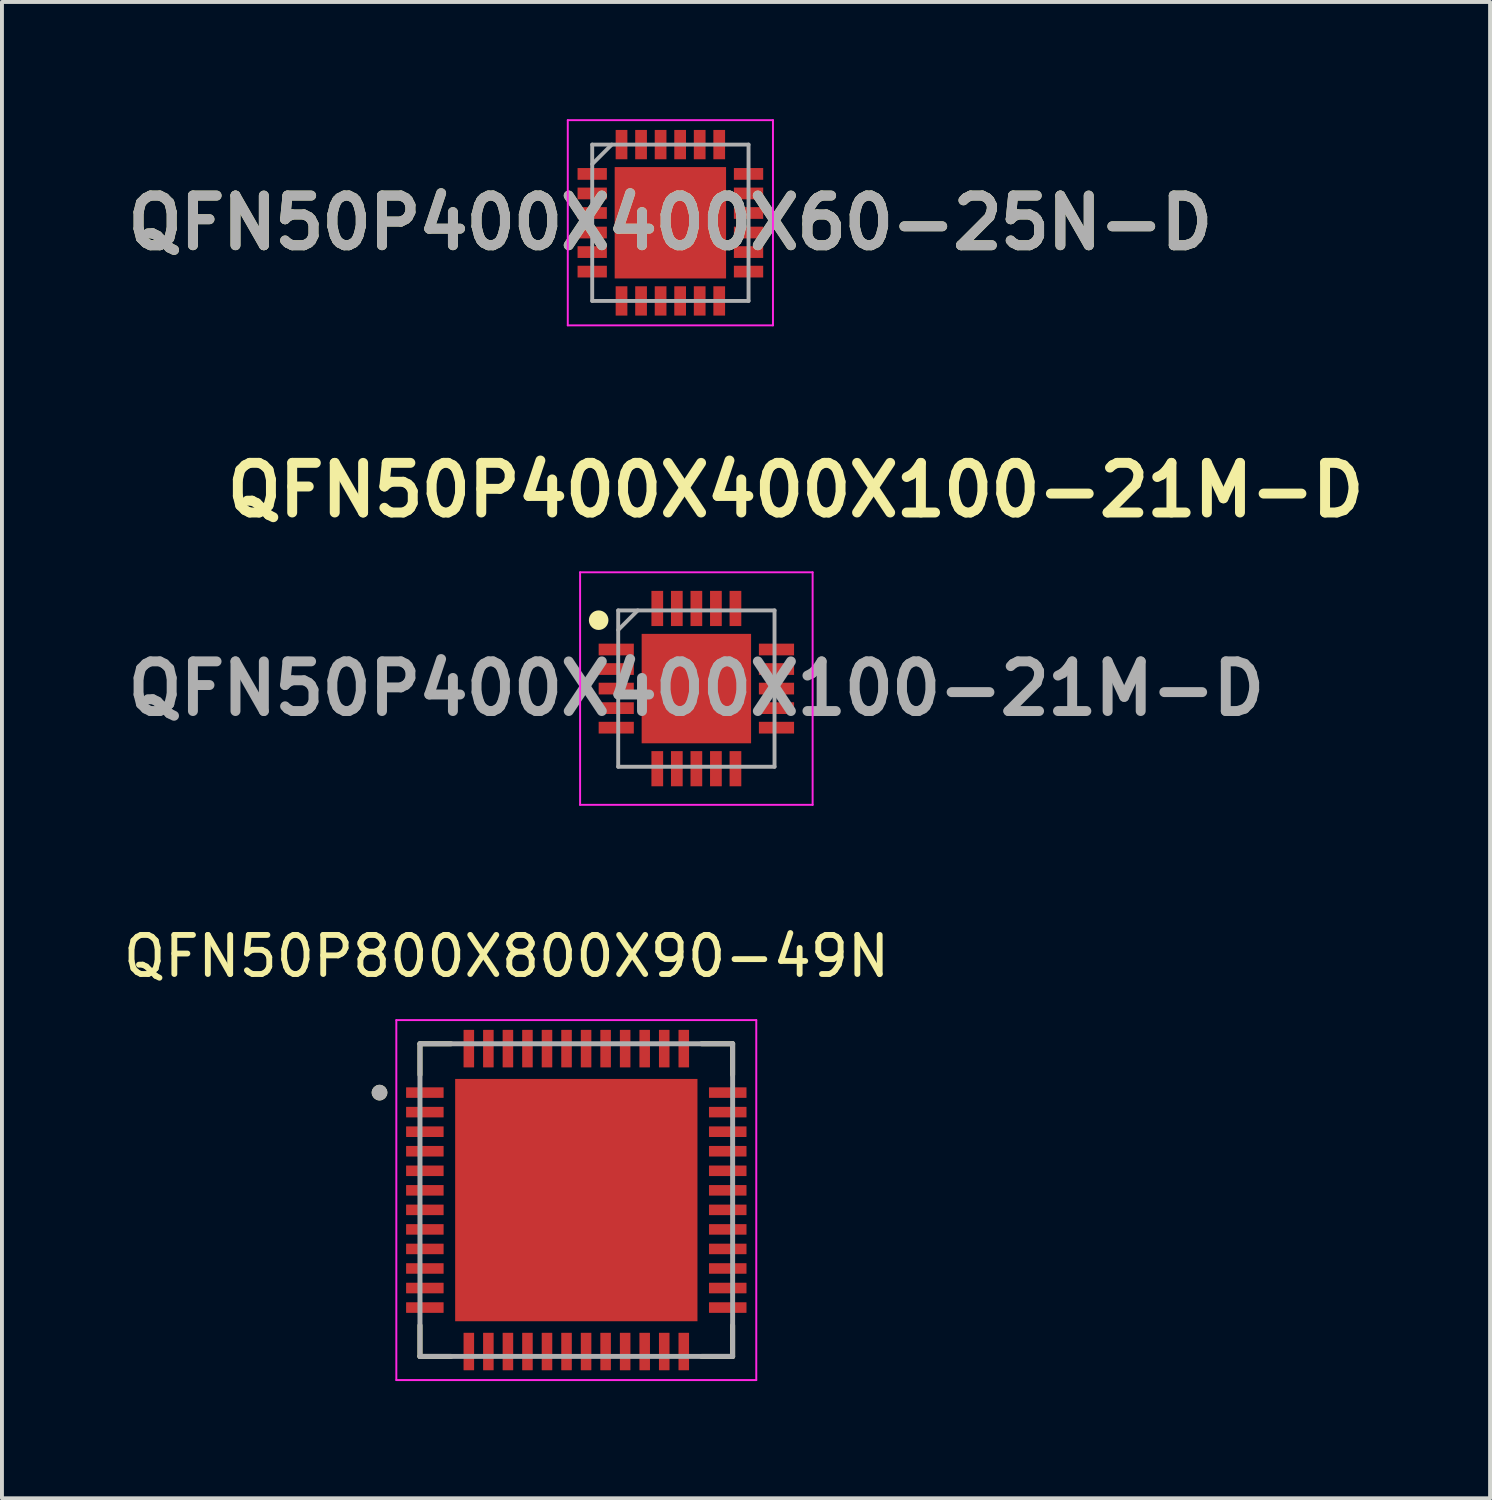
<source format=kicad_pcb>
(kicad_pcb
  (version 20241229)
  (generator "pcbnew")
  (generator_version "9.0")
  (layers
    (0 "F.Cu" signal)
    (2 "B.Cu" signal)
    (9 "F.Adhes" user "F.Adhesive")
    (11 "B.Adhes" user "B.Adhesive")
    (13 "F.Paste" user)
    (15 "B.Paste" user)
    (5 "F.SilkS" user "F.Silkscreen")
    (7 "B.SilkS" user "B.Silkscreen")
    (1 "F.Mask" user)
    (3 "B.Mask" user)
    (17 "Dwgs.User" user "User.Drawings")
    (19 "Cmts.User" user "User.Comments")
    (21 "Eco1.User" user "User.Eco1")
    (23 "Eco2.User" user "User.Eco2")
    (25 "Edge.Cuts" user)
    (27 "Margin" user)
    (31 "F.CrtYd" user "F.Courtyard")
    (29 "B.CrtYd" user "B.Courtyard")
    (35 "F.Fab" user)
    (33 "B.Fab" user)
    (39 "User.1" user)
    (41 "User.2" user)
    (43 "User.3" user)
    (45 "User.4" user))
  (footprint "QFN50P800X800X90-49N"
    (layer "F.Cu")
    (at 11.696 27.657)
    (property "Reference" "QFN50P800X800X90-49N" (at -1.785 -6.24 0) (layer "F.SilkS") (effects (font (size 1 1) (thickness 0.15))))
    (attr smd)
    (fp_line (start -4 -4) (end -4 -3.205) (stroke (width 0.127) (type solid)) (layer "F.SilkS"))
    (fp_line (start -4 -4) (end -3.205 -4) (stroke (width 0.127) (type solid)) (layer "F.SilkS"))
    (fp_line (start -4 4) (end -4 3.205) (stroke (width 0.127) (type solid)) (layer "F.SilkS"))
    (fp_line (start -4 4) (end -3.205 4) (stroke (width 0.127) (type solid)) (layer "F.SilkS"))
    (fp_line (start 4 -4) (end 3.205 -4) (stroke (width 0.127) (type solid)) (layer "F.SilkS"))
    (fp_line (start 4 -4) (end 4 -3.205) (stroke (width 0.127) (type solid)) (layer "F.SilkS"))
    (fp_line (start 4 4) (end 3.205 4) (stroke (width 0.127) (type solid)) (layer "F.SilkS"))
    (fp_line (start 4 4) (end 4 3.205) (stroke (width 0.127) (type solid)) (layer "F.SilkS"))
    (fp_circle (center -5.035 -2.75) (end -4.935 -2.75) (stroke (width 0.2) (type solid)) (fill no) (layer "F.SilkS"))
    (fp_poly (pts (xy -2.725 -2.725) (xy -1.415 -2.725) (xy -1.415 -1.415) (xy -2.725 -1.415)) (stroke (width 0.01) (type solid)) (fill yes) (layer "F.Paste"))
    (fp_poly (pts (xy -2.725 -0.655) (xy -1.415 -0.655) (xy -1.415 0.655) (xy -2.725 0.655)) (stroke (width 0.01) (type solid)) (fill yes) (layer "F.Paste"))
    (fp_poly (pts (xy -2.725 1.415) (xy -1.415 1.415) (xy -1.415 2.725) (xy -2.725 2.725)) (stroke (width 0.01) (type solid)) (fill yes) (layer "F.Paste"))
    (fp_poly (pts (xy -0.655 -2.725) (xy 0.655 -2.725) (xy 0.655 -1.415) (xy -0.655 -1.415)) (stroke (width 0.01) (type solid)) (fill yes) (layer "F.Paste"))
    (fp_poly (pts (xy -0.655 -0.655) (xy 0.655 -0.655) (xy 0.655 0.655) (xy -0.655 0.655)) (stroke (width 0.01) (type solid)) (fill yes) (layer "F.Paste"))
    (fp_poly (pts (xy -0.655 1.415) (xy 0.655 1.415) (xy 0.655 2.725) (xy -0.655 2.725)) (stroke (width 0.01) (type solid)) (fill yes) (layer "F.Paste"))
    (fp_poly (pts (xy 1.415 -2.725) (xy 2.725 -2.725) (xy 2.725 -1.415) (xy 1.415 -1.415)) (stroke (width 0.01) (type solid)) (fill yes) (layer "F.Paste"))
    (fp_poly (pts (xy 1.415 -0.655) (xy 2.725 -0.655) (xy 2.725 0.655) (xy 1.415 0.655)) (stroke (width 0.01) (type solid)) (fill yes) (layer "F.Paste"))
    (fp_poly (pts (xy 1.415 1.415) (xy 2.725 1.415) (xy 2.725 2.725) (xy 1.415 2.725)) (stroke (width 0.01) (type solid)) (fill yes) (layer "F.Paste"))
    (fp_line (start -4.605 -4.605) (end 4.605 -4.605) (stroke (width 0.05) (type solid)) (layer "F.CrtYd"))
    (fp_line (start -4.605 4.605) (end -4.605 -4.605) (stroke (width 0.05) (type solid)) (layer "F.CrtYd"))
    (fp_line (start -4.605 4.605) (end 4.605 4.605) (stroke (width 0.05) (type solid)) (layer "F.CrtYd"))
    (fp_line (start 4.605 4.605) (end 4.605 -4.605) (stroke (width 0.05) (type solid)) (layer "F.CrtYd"))
    (fp_line (start -4 4) (end -4 -4) (stroke (width 0.127) (type solid)) (layer "F.Fab"))
    (fp_line (start 4 -4) (end -4 -4) (stroke (width 0.127) (type solid)) (layer "F.Fab"))
    (fp_line (start 4 4) (end -4 4) (stroke (width 0.127) (type solid)) (layer "F.Fab"))
    (fp_line (start 4 4) (end 4 -4) (stroke (width 0.127) (type solid)) (layer "F.Fab"))
    (fp_circle (center -5.035 -2.75) (end -4.935 -2.75) (stroke (width 0.2) (type solid)) (fill no) (layer "F.Fab"))
    (pad "1" smd roundrect (at -3.875 -2.75) (size 0.96 0.27) (layers "F.Cu" "F.Mask" "F.Paste") (roundrect_rratio 0.03))
    (pad "2" smd roundrect (at -3.875 -2.25) (size 0.96 0.27) (layers "F.Cu" "F.Mask" "F.Paste") (roundrect_rratio 0.03))
    (pad "3" smd roundrect (at -3.875 -1.75) (size 0.96 0.27) (layers "F.Cu" "F.Mask" "F.Paste") (roundrect_rratio 0.03))
    (pad "4" smd roundrect (at -3.875 -1.25) (size 0.96 0.27) (layers "F.Cu" "F.Mask" "F.Paste") (roundrect_rratio 0.03))
    (pad "5" smd roundrect (at -3.875 -0.75) (size 0.96 0.27) (layers "F.Cu" "F.Mask" "F.Paste") (roundrect_rratio 0.03))
    (pad "6" smd roundrect (at -3.875 -0.25) (size 0.96 0.27) (layers "F.Cu" "F.Mask" "F.Paste") (roundrect_rratio 0.03))
    (pad "7" smd roundrect (at -3.875 0.25) (size 0.96 0.27) (layers "F.Cu" "F.Mask" "F.Paste") (roundrect_rratio 0.03))
    (pad "8" smd roundrect (at -3.875 0.75) (size 0.96 0.27) (layers "F.Cu" "F.Mask" "F.Paste") (roundrect_rratio 0.03))
    (pad "9" smd roundrect (at -3.875 1.25) (size 0.96 0.27) (layers "F.Cu" "F.Mask" "F.Paste") (roundrect_rratio 0.03))
    (pad "10" smd roundrect (at -3.875 1.75) (size 0.96 0.27) (layers "F.Cu" "F.Mask" "F.Paste") (roundrect_rratio 0.03))
    (pad "11" smd roundrect (at -3.875 2.25) (size 0.96 0.27) (layers "F.Cu" "F.Mask" "F.Paste") (roundrect_rratio 0.03))
    (pad "12" smd roundrect (at -3.875 2.75) (size 0.96 0.27) (layers "F.Cu" "F.Mask" "F.Paste") (roundrect_rratio 0.03))
    (pad "13" smd roundrect (at -2.75 3.875 90) (size 0.96 0.27) (layers "F.Cu" "F.Mask" "F.Paste") (roundrect_rratio 0.03))
    (pad "14" smd roundrect (at -2.25 3.875 90) (size 0.96 0.27) (layers "F.Cu" "F.Mask" "F.Paste") (roundrect_rratio 0.03))
    (pad "15" smd roundrect (at -1.75 3.875 90) (size 0.96 0.27) (layers "F.Cu" "F.Mask" "F.Paste") (roundrect_rratio 0.03))
    (pad "16" smd roundrect (at -1.25 3.875 90) (size 0.96 0.27) (layers "F.Cu" "F.Mask" "F.Paste") (roundrect_rratio 0.03))
    (pad "17" smd roundrect (at -0.75 3.875 90) (size 0.96 0.27) (layers "F.Cu" "F.Mask" "F.Paste") (roundrect_rratio 0.03))
    (pad "18" smd roundrect (at -0.25 3.875 90) (size 0.96 0.27) (layers "F.Cu" "F.Mask" "F.Paste") (roundrect_rratio 0.03))
    (pad "19" smd roundrect (at 0.25 3.875 90) (size 0.96 0.27) (layers "F.Cu" "F.Mask" "F.Paste") (roundrect_rratio 0.03))
    (pad "20" smd roundrect (at 0.75 3.875 90) (size 0.96 0.27) (layers "F.Cu" "F.Mask" "F.Paste") (roundrect_rratio 0.03))
    (pad "21" smd roundrect (at 1.25 3.875 90) (size 0.96 0.27) (layers "F.Cu" "F.Mask" "F.Paste") (roundrect_rratio 0.03))
    (pad "22" smd roundrect (at 1.75 3.875 90) (size 0.96 0.27) (layers "F.Cu" "F.Mask" "F.Paste") (roundrect_rratio 0.03))
    (pad "23" smd roundrect (at 2.25 3.875 90) (size 0.96 0.27) (layers "F.Cu" "F.Mask" "F.Paste") (roundrect_rratio 0.03))
    (pad "24" smd roundrect (at 2.75 3.875 90) (size 0.96 0.27) (layers "F.Cu" "F.Mask" "F.Paste") (roundrect_rratio 0.03))
    (pad "25" smd roundrect (at 3.875 2.75) (size 0.96 0.27) (layers "F.Cu" "F.Mask" "F.Paste") (roundrect_rratio 0.03))
    (pad "26" smd roundrect (at 3.875 2.25) (size 0.96 0.27) (layers "F.Cu" "F.Mask" "F.Paste") (roundrect_rratio 0.03))
    (pad "27" smd roundrect (at 3.875 1.75) (size 0.96 0.27) (layers "F.Cu" "F.Mask" "F.Paste") (roundrect_rratio 0.03))
    (pad "28" smd roundrect (at 3.875 1.25) (size 0.96 0.27) (layers "F.Cu" "F.Mask" "F.Paste") (roundrect_rratio 0.03))
    (pad "29" smd roundrect (at 3.875 0.75) (size 0.96 0.27) (layers "F.Cu" "F.Mask" "F.Paste") (roundrect_rratio 0.03))
    (pad "30" smd roundrect (at 3.875 0.25) (size 0.96 0.27) (layers "F.Cu" "F.Mask" "F.Paste") (roundrect_rratio 0.03))
    (pad "31" smd roundrect (at 3.875 -0.25) (size 0.96 0.27) (layers "F.Cu" "F.Mask" "F.Paste") (roundrect_rratio 0.03))
    (pad "32" smd roundrect (at 3.875 -0.75) (size 0.96 0.27) (layers "F.Cu" "F.Mask" "F.Paste") (roundrect_rratio 0.03))
    (pad "33" smd roundrect (at 3.875 -1.25) (size 0.96 0.27) (layers "F.Cu" "F.Mask" "F.Paste") (roundrect_rratio 0.03))
    (pad "34" smd roundrect (at 3.875 -1.75) (size 0.96 0.27) (layers "F.Cu" "F.Mask" "F.Paste") (roundrect_rratio 0.03))
    (pad "35" smd roundrect (at 3.875 -2.25) (size 0.96 0.27) (layers "F.Cu" "F.Mask" "F.Paste") (roundrect_rratio 0.03))
    (pad "36" smd roundrect (at 3.875 -2.75) (size 0.96 0.27) (layers "F.Cu" "F.Mask" "F.Paste") (roundrect_rratio 0.03))
    (pad "37" smd roundrect (at 2.75 -3.875 90) (size 0.96 0.27) (layers "F.Cu" "F.Mask" "F.Paste") (roundrect_rratio 0.03))
    (pad "38" smd roundrect (at 2.25 -3.875 90) (size 0.96 0.27) (layers "F.Cu" "F.Mask" "F.Paste") (roundrect_rratio 0.03))
    (pad "39" smd roundrect (at 1.75 -3.875 90) (size 0.96 0.27) (layers "F.Cu" "F.Mask" "F.Paste") (roundrect_rratio 0.03))
    (pad "40" smd roundrect (at 1.25 -3.875 90) (size 0.96 0.27) (layers "F.Cu" "F.Mask" "F.Paste") (roundrect_rratio 0.03))
    (pad "41" smd roundrect (at 0.75 -3.875 90) (size 0.96 0.27) (layers "F.Cu" "F.Mask" "F.Paste") (roundrect_rratio 0.03))
    (pad "42" smd roundrect (at 0.25 -3.875 90) (size 0.96 0.27) (layers "F.Cu" "F.Mask" "F.Paste") (roundrect_rratio 0.03))
    (pad "43" smd roundrect (at -0.25 -3.875 90) (size 0.96 0.27) (layers "F.Cu" "F.Mask" "F.Paste") (roundrect_rratio 0.03))
    (pad "44" smd roundrect (at -0.75 -3.875 90) (size 0.96 0.27) (layers "F.Cu" "F.Mask" "F.Paste") (roundrect_rratio 0.03))
    (pad "45" smd roundrect (at -1.25 -3.875 90) (size 0.96 0.27) (layers "F.Cu" "F.Mask" "F.Paste") (roundrect_rratio 0.03))
    (pad "46" smd roundrect (at -1.75 -3.875 90) (size 0.96 0.27) (layers "F.Cu" "F.Mask" "F.Paste") (roundrect_rratio 0.03))
    (pad "47" smd roundrect (at -2.25 -3.875 90) (size 0.96 0.27) (layers "F.Cu" "F.Mask" "F.Paste") (roundrect_rratio 0.03))
    (pad "48" smd roundrect (at -2.75 -3.875 90) (size 0.96 0.27) (layers "F.Cu" "F.Mask" "F.Paste") (roundrect_rratio 0.03))
    (pad "49" smd rect (at 0 0) (size 6.2 6.2) (layers "F.Cu" "F.Mask")))
  (footprint "QFN50P400X400X60-25N-D"
    (layer "F.Cu")
    (at 14.103 2.65)
    (property "Reference" "QFN50P400X400X60-25N-D" (at 0 0 0) (layer "F.SilkS") (effects (font (size 1.27 1.27) (thickness 0.254))))
    (attr smd)
    (fp_line (start -2.625 -2.625) (end 2.625 -2.625) (stroke (width 0.05) (type solid)) (layer "F.CrtYd"))
    (fp_line (start -2.625 2.625) (end -2.625 -2.625) (stroke (width 0.05) (type solid)) (layer "F.CrtYd"))
    (fp_line (start 2.625 -2.625) (end 2.625 2.625) (stroke (width 0.05) (type solid)) (layer "F.CrtYd"))
    (fp_line (start 2.625 2.625) (end -2.625 2.625) (stroke (width 0.05) (type solid)) (layer "F.CrtYd"))
    (fp_line (start -2 -2) (end 2 -2) (stroke (width 0.1) (type solid)) (layer "F.Fab"))
    (fp_line (start -2 -1.5) (end -1.5 -2) (stroke (width 0.1) (type solid)) (layer "F.Fab"))
    (fp_line (start -2 2) (end -2 -2) (stroke (width 0.1) (type solid)) (layer "F.Fab"))
    (fp_line (start 2 -2) (end 2 2) (stroke (width 0.1) (type solid)) (layer "F.Fab"))
    (fp_line (start 2 2) (end -2 2) (stroke (width 0.1) (type solid)) (layer "F.Fab"))
    (fp_text user "${REFERENCE}" (at 0 0 0) (layer "F.Fab") (effects (font (size 1.27 1.27) (thickness 0.254))))
    (pad "1" smd rect (at -2 -1.25 90) (size 0.3 0.75) (layers "F.Cu" "F.Mask" "F.Paste"))
    (pad "2" smd rect (at -2 -0.75 90) (size 0.3 0.75) (layers "F.Cu" "F.Mask" "F.Paste"))
    (pad "3" smd rect (at -2 -0.25 90) (size 0.3 0.75) (layers "F.Cu" "F.Mask" "F.Paste"))
    (pad "4" smd rect (at -2 0.25 90) (size 0.3 0.75) (layers "F.Cu" "F.Mask" "F.Paste"))
    (pad "5" smd rect (at -2 0.75 90) (size 0.3 0.75) (layers "F.Cu" "F.Mask" "F.Paste"))
    (pad "6" smd rect (at -2 1.25 90) (size 0.3 0.75) (layers "F.Cu" "F.Mask" "F.Paste"))
    (pad "7" smd rect (at -1.25 2) (size 0.3 0.75) (layers "F.Cu" "F.Mask" "F.Paste"))
    (pad "8" smd rect (at -0.75 2) (size 0.3 0.75) (layers "F.Cu" "F.Mask" "F.Paste"))
    (pad "9" smd rect (at -0.25 2) (size 0.3 0.75) (layers "F.Cu" "F.Mask" "F.Paste"))
    (pad "10" smd rect (at 0.25 2) (size 0.3 0.75) (layers "F.Cu" "F.Mask" "F.Paste"))
    (pad "11" smd rect (at 0.75 2) (size 0.3 0.75) (layers "F.Cu" "F.Mask" "F.Paste"))
    (pad "12" smd rect (at 1.25 2) (size 0.3 0.75) (layers "F.Cu" "F.Mask" "F.Paste"))
    (pad "13" smd rect (at 2 1.25 90) (size 0.3 0.75) (layers "F.Cu" "F.Mask" "F.Paste"))
    (pad "14" smd rect (at 2 0.75 90) (size 0.3 0.75) (layers "F.Cu" "F.Mask" "F.Paste"))
    (pad "15" smd rect (at 2 0.25 90) (size 0.3 0.75) (layers "F.Cu" "F.Mask" "F.Paste"))
    (pad "16" smd rect (at 2 -0.25 90) (size 0.3 0.75) (layers "F.Cu" "F.Mask" "F.Paste"))
    (pad "17" smd rect (at 2 -0.75 90) (size 0.3 0.75) (layers "F.Cu" "F.Mask" "F.Paste"))
    (pad "18" smd rect (at 2 -1.25 90) (size 0.3 0.75) (layers "F.Cu" "F.Mask" "F.Paste"))
    (pad "19" smd rect (at 1.25 -2) (size 0.3 0.75) (layers "F.Cu" "F.Mask" "F.Paste"))
    (pad "20" smd rect (at 0.75 -2) (size 0.3 0.75) (layers "F.Cu" "F.Mask" "F.Paste"))
    (pad "21" smd rect (at 0.25 -2) (size 0.3 0.75) (layers "F.Cu" "F.Mask" "F.Paste"))
    (pad "22" smd rect (at -0.25 -2) (size 0.3 0.75) (layers "F.Cu" "F.Mask" "F.Paste"))
    (pad "23" smd rect (at -0.75 -2) (size 0.3 0.75) (layers "F.Cu" "F.Mask" "F.Paste"))
    (pad "24" smd rect (at -1.25 -2) (size 0.3 0.75) (layers "F.Cu" "F.Mask" "F.Paste"))
    (pad "25" smd rect (at 0 0) (size 2.85 2.85) (layers "F.Cu" "F.Mask" "F.Paste")))
  (footprint "QFN50P400X400X100-21M-D"
    (layer "F.Cu")
    (at 14.768 14.569)
    (property "Reference" "QFN50P400X400X100-21M-D" (at 2.54 -5.08 0) (layer "F.SilkS") (effects (font (size 1.27 1.27) (thickness 0.254))))
    (attr smd)
    (fp_circle (center -2.5 -1.75) (end -2.5 -1.625) (stroke (width 0.25) (type solid)) (fill no) (layer "F.SilkS"))
    (fp_line (start -2.975 -2.975) (end 2.975 -2.975) (stroke (width 0.05) (type solid)) (layer "F.CrtYd"))
    (fp_line (start -2.975 2.975) (end -2.975 -2.975) (stroke (width 0.05) (type solid)) (layer "F.CrtYd"))
    (fp_line (start 2.975 -2.975) (end 2.975 2.975) (stroke (width 0.05) (type solid)) (layer "F.CrtYd"))
    (fp_line (start 2.975 2.975) (end -2.975 2.975) (stroke (width 0.05) (type solid)) (layer "F.CrtYd"))
    (fp_line (start -2 -2) (end 2 -2) (stroke (width 0.1) (type solid)) (layer "F.Fab"))
    (fp_line (start -2 -1.5) (end -1.5 -2) (stroke (width 0.1) (type solid)) (layer "F.Fab"))
    (fp_line (start -2 2) (end -2 -2) (stroke (width 0.1) (type solid)) (layer "F.Fab"))
    (fp_line (start 2 -2) (end 2 2) (stroke (width 0.1) (type solid)) (layer "F.Fab"))
    (fp_line (start 2 2) (end -2 2) (stroke (width 0.1) (type solid)) (layer "F.Fab"))
    (fp_text user "${REFERENCE}" (at 0 0 0) (layer "F.Fab") (effects (font (size 1.27 1.27) (thickness 0.254))))
    (pad "1" smd rect (at -2.05 -1 90) (size 0.3 0.9) (layers "F.Cu" "F.Mask" "F.Paste"))
    (pad "2" smd rect (at -2.05 -0.5 90) (size 0.3 0.9) (layers "F.Cu" "F.Mask" "F.Paste"))
    (pad "3" smd rect (at -2.05 0 90) (size 0.3 0.9) (layers "F.Cu" "F.Mask" "F.Paste"))
    (pad "4" smd rect (at -2.05 0.5 90) (size 0.3 0.9) (layers "F.Cu" "F.Mask" "F.Paste"))
    (pad "5" smd rect (at -2.05 1 90) (size 0.3 0.9) (layers "F.Cu" "F.Mask" "F.Paste"))
    (pad "6" smd rect (at -1 2.05) (size 0.3 0.9) (layers "F.Cu" "F.Mask" "F.Paste"))
    (pad "7" smd rect (at -0.5 2.05) (size 0.3 0.9) (layers "F.Cu" "F.Mask" "F.Paste"))
    (pad "8" smd rect (at 0 2.05) (size 0.3 0.9) (layers "F.Cu" "F.Mask" "F.Paste"))
    (pad "9" smd rect (at 0.5 2.05) (size 0.3 0.9) (layers "F.Cu" "F.Mask" "F.Paste"))
    (pad "10" smd rect (at 1 2.05) (size 0.3 0.9) (layers "F.Cu" "F.Mask" "F.Paste"))
    (pad "11" smd rect (at 2.05 1 90) (size 0.3 0.9) (layers "F.Cu" "F.Mask" "F.Paste"))
    (pad "12" smd rect (at 2.05 0.5 90) (size 0.3 0.9) (layers "F.Cu" "F.Mask" "F.Paste"))
    (pad "13" smd rect (at 2.05 0 90) (size 0.3 0.9) (layers "F.Cu" "F.Mask" "F.Paste"))
    (pad "14" smd rect (at 2.05 -0.5 90) (size 0.3 0.9) (layers "F.Cu" "F.Mask" "F.Paste"))
    (pad "15" smd rect (at 2.05 -1 90) (size 0.3 0.9) (layers "F.Cu" "F.Mask" "F.Paste"))
    (pad "16" smd rect (at 1 -2.05) (size 0.3 0.9) (layers "F.Cu" "F.Mask" "F.Paste"))
    (pad "17" smd rect (at 0.5 -2.05) (size 0.3 0.9) (layers "F.Cu" "F.Mask" "F.Paste"))
    (pad "18" smd rect (at 0 -2.05) (size 0.3 0.9) (layers "F.Cu" "F.Mask" "F.Paste"))
    (pad "19" smd rect (at -0.5 -2.05) (size 0.3 0.9) (layers "F.Cu" "F.Mask" "F.Paste"))
    (pad "20" smd rect (at -1 -2.05) (size 0.3 0.9) (layers "F.Cu" "F.Mask" "F.Paste"))
    (pad "21" smd rect (at 0 0) (size 2.8 2.8) (layers "F.Cu" "F.Mask" "F.Paste")))
  (gr_rect
    (start -3 -3)
    (end 35.077 35.287)
    (stroke (width 0.1) (type default))
    (fill no)
    (layer "Edge.Cuts")))
</source>
